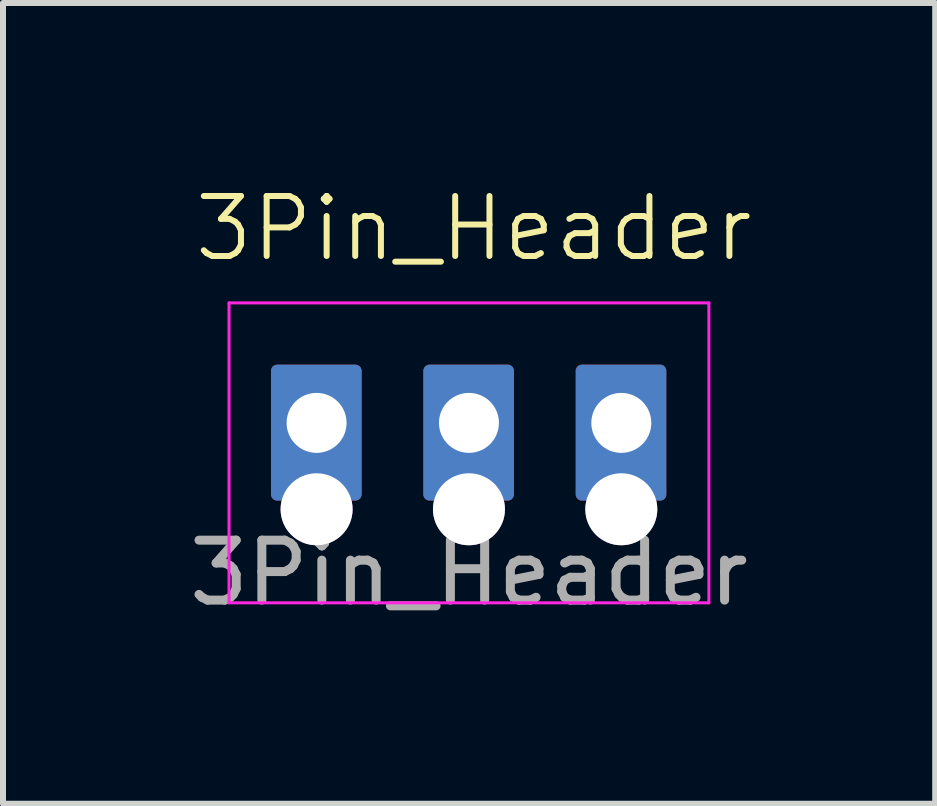
<source format=kicad_pcb>
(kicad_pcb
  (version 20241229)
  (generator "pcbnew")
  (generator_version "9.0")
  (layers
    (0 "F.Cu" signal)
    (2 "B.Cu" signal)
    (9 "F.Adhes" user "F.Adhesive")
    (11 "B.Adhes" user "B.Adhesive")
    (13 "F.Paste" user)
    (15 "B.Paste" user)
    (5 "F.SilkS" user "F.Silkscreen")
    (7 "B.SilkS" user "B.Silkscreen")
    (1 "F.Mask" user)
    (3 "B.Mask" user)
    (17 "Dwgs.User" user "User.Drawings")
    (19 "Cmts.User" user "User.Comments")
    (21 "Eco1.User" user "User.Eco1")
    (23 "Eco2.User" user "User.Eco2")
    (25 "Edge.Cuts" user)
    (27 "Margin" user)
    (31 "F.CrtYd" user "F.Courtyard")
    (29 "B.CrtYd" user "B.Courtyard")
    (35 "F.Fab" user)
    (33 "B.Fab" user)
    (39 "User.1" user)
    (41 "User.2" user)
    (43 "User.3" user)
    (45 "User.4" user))
  (footprint "3Pin_Header"
    (layer "F.Cu")
    (at 4.768 4)
    (property "Reference" "3Pin_Header" (at 0.08 -3.24 0) (unlocked yes) (layer "F.SilkS") (effects (font (size 1 1) (thickness 0.1))))
    (attr smd)
    (fp_line (start -4 -2) (end 4 -2) (stroke (width 0.05) (type default)) (layer "F.CrtYd"))
    (fp_line (start -4 3) (end -4 -2) (stroke (width 0.05) (type default)) (layer "F.CrtYd"))
    (fp_line (start 4 -2) (end 4 3) (stroke (width 0.05) (type default)) (layer "F.CrtYd"))
    (fp_line (start 4 3) (end -4 3) (stroke (width 0.05) (type default)) (layer "F.CrtYd"))
    (fp_text user "${REFERENCE}" (at 0 2.5 0) (unlocked yes) (layer "F.Fab") (effects (font (size 1 1) (thickness 0.15))))
    (pad "1" thru_hole custom (at -2.54 0) (size 1.5 1.5) (drill 1) (layers "*.Cu" "*.Mask") (options (anchor circle)) (primitives (gr_rect (start -0.66 -0.87) (end 0.65 1.195) (width 0.2) (fill yes))))
    (pad "1" thru_hole circle (at -2.54 1.44) (size 1.2 1.2) (drill 1.5) (layers "*.Cu" "*.Mask"))
    (pad "2" thru_hole custom (at 0 0) (size 1.5 1.5) (drill 1) (layers "*.Cu" "*.Mask") (options (anchor circle)) (primitives (gr_rect (start -0.66 -0.87) (end 0.65 1.195) (width 0.2) (fill yes))))
    (pad "2" thru_hole circle (at 0 1.44) (size 1.2 1.2) (drill 1.5) (layers "*.Cu" "*.Mask"))
    (pad "3" thru_hole custom (at 2.54 0) (size 1.5 1.5) (drill 1) (layers "*.Cu" "*.Mask") (options (anchor circle)) (primitives (gr_rect (start -0.66 -0.87) (end 0.65 1.195) (width 0.2) (fill yes))))
    (pad "3" thru_hole circle (at 2.54 1.44) (size 1.2 1.2) (drill 1.5) (layers "*.Cu" "*.Mask")))
  (gr_rect
    (start -3 -3)
    (end 12.541 10.349)
    (stroke (width 0.1) (type default))
    (fill no)
    (layer "Edge.Cuts")))
</source>
